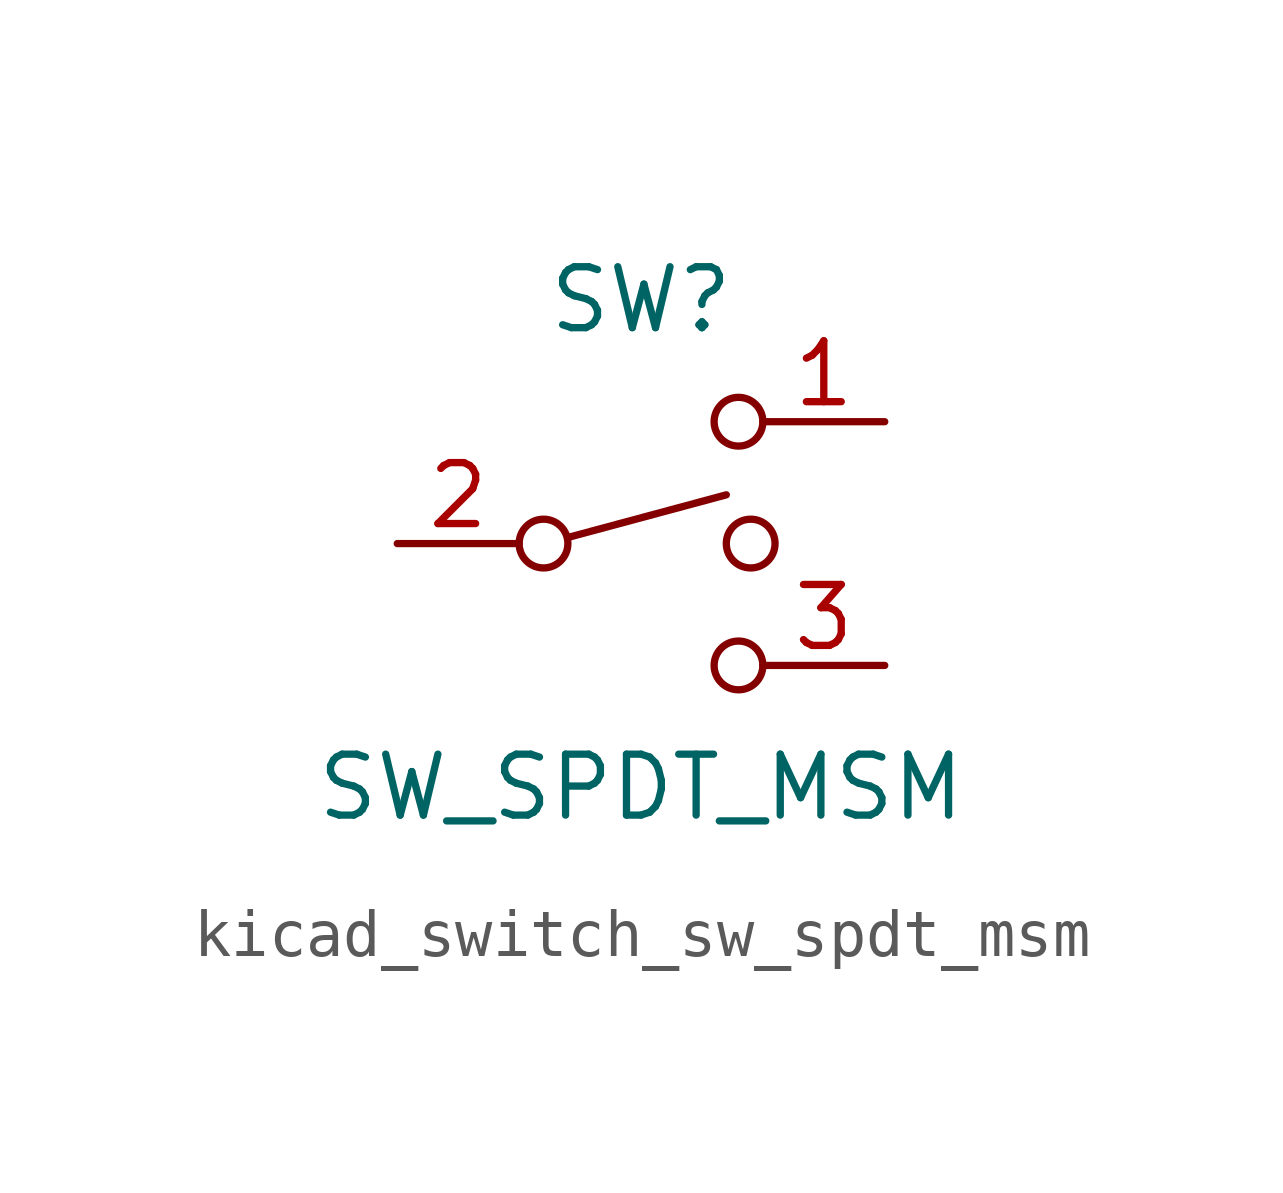
<source format=kicad_sym>
(kicad_symbol_lib
  (version 20220914)
  (generator kicad_symbol_editor)
  (symbol "kicad_switch_sw_spdt_msm"
    (pin_names
      (offset 0) hide)
    (property "Reference" "SW"
      (at 0 5.08 0)
      (effects (font (size 1.27 1.27))))
    (property "Value" "SW_SPDT_MSM"
      (at 0 -5.08 0)
      (effects (font (size 1.27 1.27))))
    (symbol "kicad_switch_sw_spdt_msm_0_0"
      (circle (center -2.032 0) (radius 0.508) (stroke (width 0) (type default)) (fill (type none)))
      (polyline (pts (xy -1.524 0.127) (xy 1.778 1.016)) (stroke (width 0) (type default)) (fill (type none)))
      (circle (center 2.032 -2.54) (radius 0.508) (stroke (width 0) (type default)) (fill (type none))))
    (symbol "kicad_switch_sw_spdt_msm_0_1"
      (circle (center 2.032 2.54) (radius 0.508) (stroke (width 0) (type default)) (fill (type none)))
      (circle (center 2.286 0) (radius 0.508) (stroke (width 0) (type default)) (fill (type none))))
    (symbol "kicad_switch_sw_spdt_msm_1_1"
      (pin passive line (at 5.08 2.54 180) (length 2.54) (name "1" (effects (font (size 1.27 1.27)))) (number "1" (effects (font (size 1.27 1.27)))))
      (pin passive line (at -5.08 0 0) (length 2.54) (name "2" (effects (font (size 1.27 1.27)))) (number "2" (effects (font (size 1.27 1.27)))))
      (pin passive line (at 5.08 -2.54 180) (length 2.54) (name "3" (effects (font (size 1.27 1.27)))) (number "3" (effects (font (size 1.27 1.27))))))))
</source>
